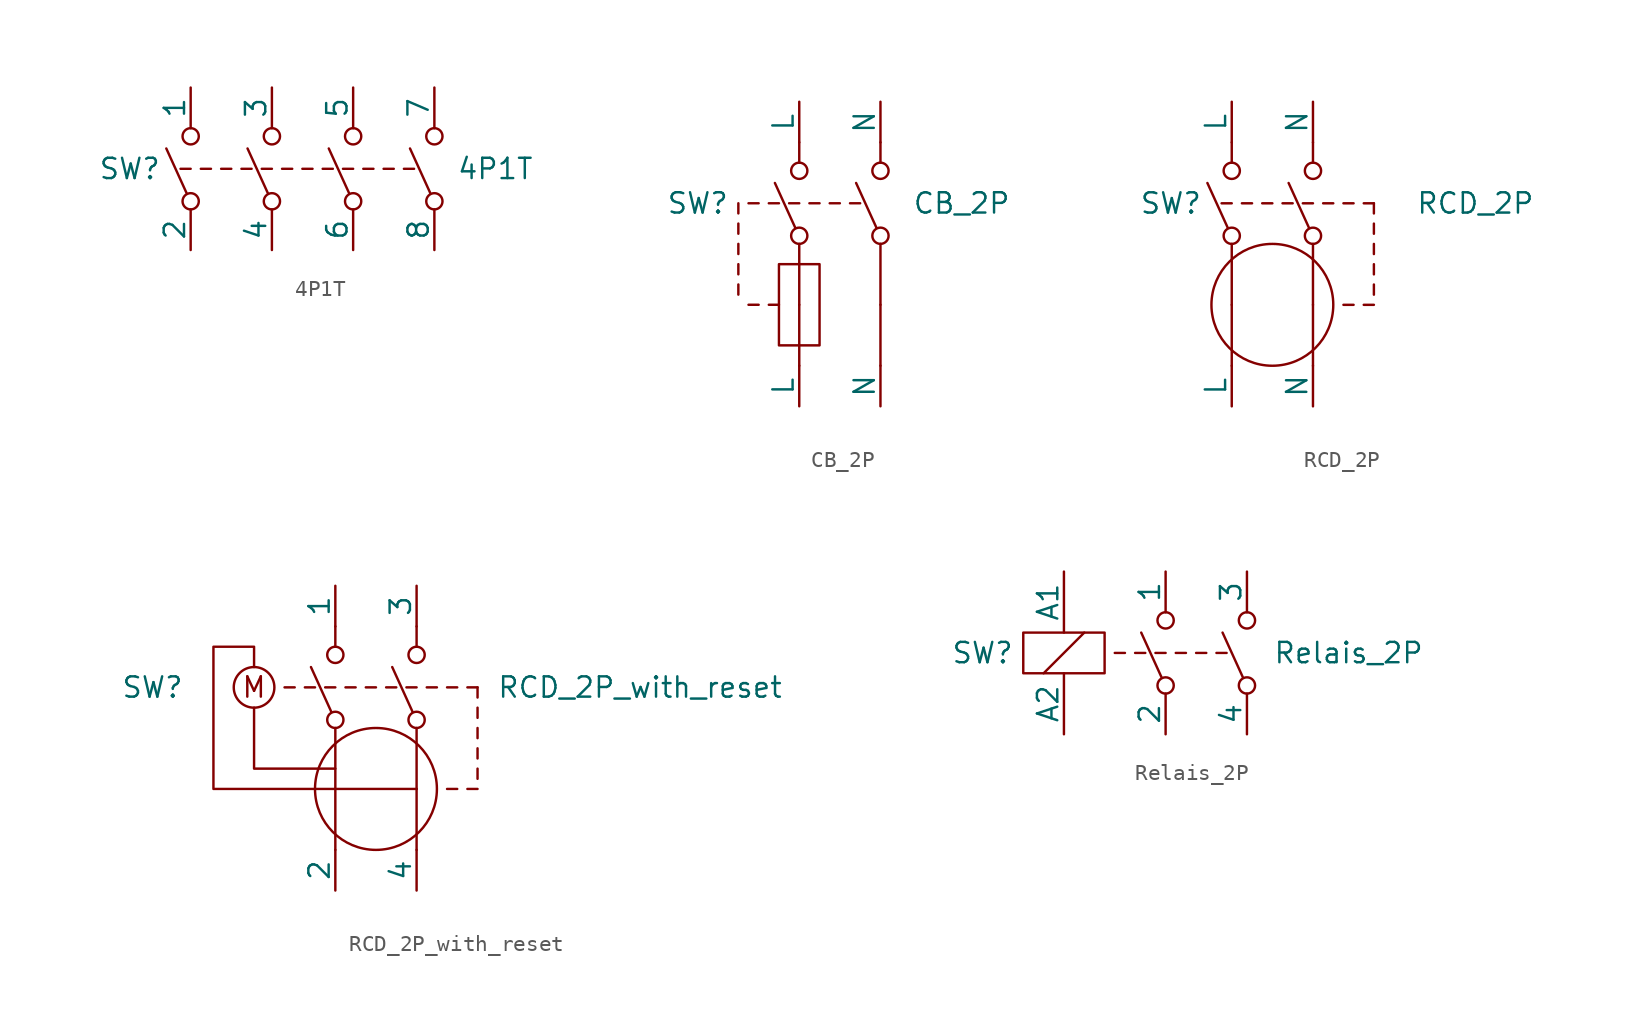
<source format=kicad_sym>
(kicad_symbol_lib
  (version 20211014)
  (generator kicad_symbol_editor)
  (symbol "4P1T"
    (pin_numbers hide)
    (pin_names
      (offset 0))
    (property "Reference" "SW"
      (at -11.43 0 0)
      (effects (font (size 1.27 1.27))))
    (property "Value" "4P1T"
      (at 11.43 0 0)
      (effects (font (size 1.27 1.27))))
    (symbol "4P1T_0_0"
      (circle (center -2.54 -2.032) (radius 0.508) (stroke (width 0) (type default) (color 0 0 0 0)) (fill (type none)))
      (circle (center -2.54 2.032) (radius 0.508) (stroke (width 0) (type default) (color 0 0 0 0)) (fill (type none)))
      (polyline (pts (xy -2.794 -1.524) (xy -4.064 1.27)) (stroke (width 0) (type default) (color 0 0 0 0)) (fill (type none)))
      (polyline (pts (xy -2.54 0) (xy -3.175 0)) (stroke (width 0) (type default) (color 0 0 0 0)) (fill (type none)))
      (polyline (pts (xy -1.27 0) (xy -1.905 0)) (stroke (width 0) (type default) (color 0 0 0 0)) (fill (type none)))
      (polyline (pts (xy 0 0) (xy -0.635 0)) (stroke (width 0) (type default) (color 0 0 0 0)) (fill (type none)))
      (polyline (pts (xy 1.27 0) (xy 0.635 0)) (stroke (width 0) (type default) (color 0 0 0 0)) (fill (type none)))
      (polyline (pts (xy 2.286 -1.524) (xy 1.016 1.27)) (stroke (width 0) (type default) (color 0 0 0 0)) (fill (type none)))
      (circle (center 2.54 -2.032) (radius 0.508) (stroke (width 0) (type default) (color 0 0 0 0)) (fill (type none)))
      (circle (center 2.54 2.032) (radius 0.508) (stroke (width 0) (type default) (color 0 0 0 0)) (fill (type none))))
    (symbol "4P1T_1_1"
      (circle (center -7.62 -2.032) (radius 0.508) (stroke (width 0) (type default) (color 0 0 0 0)) (fill (type none)))
      (circle (center -7.62 2.032) (radius 0.508) (stroke (width 0) (type default) (color 0 0 0 0)) (fill (type none)))
      (polyline (pts (xy -7.874 -1.524) (xy -9.144 1.27)) (stroke (width 0) (type default) (color 0 0 0 0)) (fill (type none)))
      (polyline (pts (xy -7.62 0) (xy -8.255 0)) (stroke (width 0) (type default) (color 0 0 0 0)) (fill (type none)))
      (polyline (pts (xy -6.35 0) (xy -6.985 0)) (stroke (width 0) (type default) (color 0 0 0 0)) (fill (type none)))
      (polyline (pts (xy -5.08 0) (xy -5.715 0)) (stroke (width 0) (type default) (color 0 0 0 0)) (fill (type none)))
      (polyline (pts (xy -3.81 0) (xy -4.445 0)) (stroke (width 0) (type default) (color 0 0 0 0)) (fill (type none)))
      (polyline (pts (xy 2.54 0) (xy 1.905 0)) (stroke (width 0) (type default) (color 0 0 0 0)) (fill (type none)))
      (polyline (pts (xy 3.81 0) (xy 3.175 0)) (stroke (width 0) (type default) (color 0 0 0 0)) (fill (type none)))
      (polyline (pts (xy 5.08 0) (xy 4.445 0)) (stroke (width 0) (type default) (color 0 0 0 0)) (fill (type none)))
      (polyline (pts (xy 6.35 0) (xy 5.715 0)) (stroke (width 0) (type default) (color 0 0 0 0)) (fill (type none)))
      (polyline (pts (xy 7.366 -1.524) (xy 6.096 1.27)) (stroke (width 0) (type default) (color 0 0 0 0)) (fill (type none)))
      (circle (center 7.62 -2.032) (radius 0.508) (stroke (width 0) (type default) (color 0 0 0 0)) (fill (type none)))
      (circle (center 7.62 2.032) (radius 0.508) (stroke (width 0) (type default) (color 0 0 0 0)) (fill (type none)))
      (pin passive line (at -7.62 5.08 270) (length 2.54) (name "1" (effects (font (size 1.27 1.27)))) (number "1" (effects (font (size 1.27 1.27)))))
      (pin passive line (at -7.62 -5.08 90) (length 2.54) (name "2" (effects (font (size 1.27 1.27)))) (number "2" (effects (font (size 1.27 1.27)))))
      (pin passive line (at -2.54 5.08 270) (length 2.54) (name "3" (effects (font (size 1.27 1.27)))) (number "3" (effects (font (size 1.27 1.27)))))
      (pin passive line (at -2.54 -5.08 90) (length 2.54) (name "4" (effects (font (size 1.27 1.27)))) (number "4" (effects (font (size 1.27 1.27)))))
      (pin passive line (at 2.54 5.08 270) (length 2.54) (name "5" (effects (font (size 1.27 1.27)))) (number "5" (effects (font (size 1.27 1.27)))))
      (pin passive line (at 2.54 -5.08 90) (length 2.54) (name "6" (effects (font (size 1.27 1.27)))) (number "6" (effects (font (size 1.27 1.27)))))
      (pin passive line (at 7.62 5.08 270) (length 2.54) (name "7" (effects (font (size 1.27 1.27)))) (number "7" (effects (font (size 1.27 1.27)))))
      (pin passive line (at 7.62 -5.08 90) (length 2.54) (name "8" (effects (font (size 1.27 1.27)))) (number "8" (effects (font (size 1.27 1.27)))))))
  (symbol "CB_2P"
    (pin_numbers hide)
    (pin_names
      (offset 0))
    (property "Reference" "SW"
      (at -8.89 0 0)
      (effects (font (size 1.27 1.27))))
    (property "Value" "CB_2P"
      (at 7.62 0 0)
      (effects (font (size 1.27 1.27))))
    (symbol "CB_2P_0_1"
      (rectangle (start -3.81 -3.81) (end -1.27 -8.89) (stroke (width 0) (type default) (color 0 0 0 0)) (fill (type none))))
    (symbol "CB_2P_1_1"
      (circle (center -2.54 -2.032) (radius 0.508) (stroke (width 0) (type default) (color 0 0 0 0)) (fill (type none)))
      (circle (center -2.54 2.032) (radius 0.508) (stroke (width 0) (type default) (color 0 0 0 0)) (fill (type none)))
      (polyline (pts (xy -6.35 -5.08) (xy -6.35 -5.715)) (stroke (width 0) (type default) (color 0 0 0 0)) (fill (type none)))
      (polyline (pts (xy -6.35 -3.81) (xy -6.35 -4.445)) (stroke (width 0) (type default) (color 0 0 0 0)) (fill (type none)))
      (polyline (pts (xy -6.35 -2.54) (xy -6.35 -3.175)) (stroke (width 0) (type default) (color 0 0 0 0)) (fill (type none)))
      (polyline (pts (xy -6.35 -1.27) (xy -6.35 -1.905)) (stroke (width 0) (type default) (color 0 0 0 0)) (fill (type none)))
      (polyline (pts (xy -6.35 0) (xy -6.35 -0.635)) (stroke (width 0) (type default) (color 0 0 0 0)) (fill (type none)))
      (polyline (pts (xy -5.08 -6.35) (xy -5.715 -6.35)) (stroke (width 0) (type default) (color 0 0 0 0)) (fill (type none)))
      (polyline (pts (xy -5.08 0) (xy -5.715 0)) (stroke (width 0) (type default) (color 0 0 0 0)) (fill (type none)))
      (polyline (pts (xy -3.81 -6.35) (xy -4.445 -6.35)) (stroke (width 0) (type default) (color 0 0 0 0)) (fill (type none)))
      (polyline (pts (xy -3.81 0) (xy -4.445 0)) (stroke (width 0) (type default) (color 0 0 0 0)) (fill (type none)))
      (polyline (pts (xy -2.794 -1.524) (xy -4.064 1.27)) (stroke (width 0) (type default) (color 0 0 0 0)) (fill (type none)))
      (polyline (pts (xy -2.54 -10.16) (xy -2.54 -6.35)) (stroke (width 0) (type default) (color 0 0 0 0)) (fill (type none)))
      (polyline (pts (xy -2.54 -6.35) (xy -2.54 -2.54)) (stroke (width 0) (type default) (color 0 0 0 0)) (fill (type none)))
      (polyline (pts (xy -2.54 0) (xy -3.175 0)) (stroke (width 0) (type default) (color 0 0 0 0)) (fill (type none)))
      (polyline (pts (xy -2.54 2.54) (xy -2.54 3.81)) (stroke (width 0) (type default) (color 0 0 0 0)) (fill (type none)))
      (polyline (pts (xy -1.27 0) (xy -1.905 0)) (stroke (width 0) (type default) (color 0 0 0 0)) (fill (type none)))
      (polyline (pts (xy 0 0) (xy -0.635 0)) (stroke (width 0) (type default) (color 0 0 0 0)) (fill (type none)))
      (polyline (pts (xy 1.27 0) (xy 0.635 0)) (stroke (width 0) (type default) (color 0 0 0 0)) (fill (type none)))
      (polyline (pts (xy 2.286 -1.524) (xy 1.016 1.27)) (stroke (width 0) (type default) (color 0 0 0 0)) (fill (type none)))
      (polyline (pts (xy 2.54 -10.16) (xy 2.54 -6.35)) (stroke (width 0) (type default) (color 0 0 0 0)) (fill (type none)))
      (polyline (pts (xy 2.54 -6.35) (xy 2.54 -2.54)) (stroke (width 0) (type default) (color 0 0 0 0)) (fill (type none)))
      (polyline (pts (xy 2.54 2.54) (xy 2.54 3.81)) (stroke (width 0) (type default) (color 0 0 0 0)) (fill (type none)))
      (circle (center 2.54 -2.032) (radius 0.508) (stroke (width 0) (type default) (color 0 0 0 0)) (fill (type none)))
      (circle (center 2.54 2.032) (radius 0.508) (stroke (width 0) (type default) (color 0 0 0 0)) (fill (type none)))
      (pin power_in line (at -2.54 -12.7 90) (length 2.54) (name "L" (effects (font (size 1.27 1.27)))) (number "1" (effects (font (size 1.27 1.27)))))
      (pin power_out line (at -2.54 6.35 270) (length 2.54) (name "L" (effects (font (size 1.27 1.27)))) (number "2" (effects (font (size 1.27 1.27)))))
      (pin power_in line (at 2.54 -12.7 90) (length 2.54) (name "N" (effects (font (size 1.27 1.27)))) (number "3" (effects (font (size 1.27 1.27)))))
      (pin power_out line (at 2.54 6.35 270) (length 2.54) (name "N" (effects (font (size 1.27 1.27)))) (number "4" (effects (font (size 1.27 1.27)))))))
  (symbol "RCD_2P"
    (pin_numbers hide)
    (pin_names
      (offset 0))
    (property "Reference" "SW"
      (at -6.35 0 0)
      (effects (font (size 1.27 1.27))))
    (property "Value" "RCD_2P"
      (at 12.7 0 0)
      (effects (font (size 1.27 1.27))))
    (symbol "RCD_2P_0_1"
      (circle (center 0 -6.35) (radius 3.81) (stroke (width 0) (type default) (color 0 0 0 0)) (fill (type none)))
      (polyline (pts (xy -2.54 -10.16) (xy -2.54 -6.35)) (stroke (width 0) (type default) (color 0 0 0 0)) (fill (type none)))
      (polyline (pts (xy -2.54 -6.35) (xy -2.54 -2.54)) (stroke (width 0) (type default) (color 0 0 0 0)) (fill (type none)))
      (polyline (pts (xy -2.54 2.54) (xy -2.54 3.81)) (stroke (width 0) (type default) (color 0 0 0 0)) (fill (type none)))
      (polyline (pts (xy 2.54 -10.16) (xy 2.54 -6.35)) (stroke (width 0) (type default) (color 0 0 0 0)) (fill (type none)))
      (polyline (pts (xy 2.54 -6.35) (xy 2.54 -2.54)) (stroke (width 0) (type default) (color 0 0 0 0)) (fill (type none)))
      (polyline (pts (xy 2.54 2.54) (xy 2.54 3.81)) (stroke (width 0) (type default) (color 0 0 0 0)) (fill (type none))))
    (symbol "RCD_2P_1_1"
      (circle (center -2.54 -2.032) (radius 0.508) (stroke (width 0) (type default) (color 0 0 0 0)) (fill (type none)))
      (circle (center -2.54 2.032) (radius 0.508) (stroke (width 0) (type default) (color 0 0 0 0)) (fill (type none)))
      (polyline (pts (xy -2.794 -1.524) (xy -4.064 1.27)) (stroke (width 0) (type default) (color 0 0 0 0)) (fill (type none)))
      (polyline (pts (xy -2.54 0) (xy -3.175 0)) (stroke (width 0) (type default) (color 0 0 0 0)) (fill (type none)))
      (polyline (pts (xy -1.27 0) (xy -1.905 0)) (stroke (width 0) (type default) (color 0 0 0 0)) (fill (type none)))
      (polyline (pts (xy 0 0) (xy -0.635 0)) (stroke (width 0) (type default) (color 0 0 0 0)) (fill (type none)))
      (polyline (pts (xy 1.27 0) (xy 0.635 0)) (stroke (width 0) (type default) (color 0 0 0 0)) (fill (type none)))
      (polyline (pts (xy 2.286 -1.524) (xy 1.016 1.27)) (stroke (width 0) (type default) (color 0 0 0 0)) (fill (type none)))
      (polyline (pts (xy 2.54 0) (xy 1.905 0)) (stroke (width 0) (type default) (color 0 0 0 0)) (fill (type none)))
      (polyline (pts (xy 3.81 0) (xy 3.175 0)) (stroke (width 0) (type default) (color 0 0 0 0)) (fill (type none)))
      (polyline (pts (xy 5.08 -6.35) (xy 4.445 -6.35)) (stroke (width 0) (type default) (color 0 0 0 0)) (fill (type none)))
      (polyline (pts (xy 5.08 0) (xy 4.445 0)) (stroke (width 0) (type default) (color 0 0 0 0)) (fill (type none)))
      (polyline (pts (xy 6.35 -6.35) (xy 5.715 -6.35)) (stroke (width 0) (type default) (color 0 0 0 0)) (fill (type none)))
      (polyline (pts (xy 6.35 -5.08) (xy 6.35 -5.715)) (stroke (width 0) (type default) (color 0 0 0 0)) (fill (type none)))
      (polyline (pts (xy 6.35 -3.81) (xy 6.35 -4.445)) (stroke (width 0) (type default) (color 0 0 0 0)) (fill (type none)))
      (polyline (pts (xy 6.35 -2.54) (xy 6.35 -3.175)) (stroke (width 0) (type default) (color 0 0 0 0)) (fill (type none)))
      (polyline (pts (xy 6.35 -1.27) (xy 6.35 -1.905)) (stroke (width 0) (type default) (color 0 0 0 0)) (fill (type none)))
      (polyline (pts (xy 6.35 0) (xy 5.715 0)) (stroke (width 0) (type default) (color 0 0 0 0)) (fill (type none)))
      (polyline (pts (xy 6.35 0) (xy 6.35 -0.635)) (stroke (width 0) (type default) (color 0 0 0 0)) (fill (type none)))
      (circle (center 2.54 -2.032) (radius 0.508) (stroke (width 0) (type default) (color 0 0 0 0)) (fill (type none)))
      (circle (center 2.54 2.032) (radius 0.508) (stroke (width 0) (type default) (color 0 0 0 0)) (fill (type none)))
      (pin power_in line (at -2.54 -12.7 90) (length 2.54) (name "L" (effects (font (size 1.27 1.27)))) (number "1" (effects (font (size 1.27 1.27)))))
      (pin power_out line (at -2.54 6.35 270) (length 2.54) (name "L" (effects (font (size 1.27 1.27)))) (number "2" (effects (font (size 1.27 1.27)))))
      (pin power_in line (at 2.54 -12.7 90) (length 2.54) (name "N" (effects (font (size 1.27 1.27)))) (number "3" (effects (font (size 1.27 1.27)))))
      (pin power_out line (at 2.54 6.35 270) (length 2.54) (name "N" (effects (font (size 1.27 1.27)))) (number "4" (effects (font (size 1.27 1.27)))))))
  (symbol "RCD_2P_with_reset"
    (pin_numbers hide)
    (pin_names
      (offset 0))
    (property "Reference" "SW"
      (at -13.97 0 0)
      (effects (font (size 1.27 1.27))))
    (property "Value" "RCD_2P_with_reset"
      (at 16.51 0 0)
      (effects (font (size 1.27 1.27))))
    (symbol "RCD_2P_with_reset_0_0"
      (polyline (pts (xy -7.62 -1.27) (xy -7.62 -5.08) (xy -2.54 -5.08)) (stroke (width 0) (type default) (color 0 0 0 0)) (fill (type none)))
      (polyline (pts (xy -7.62 1.27) (xy -7.62 2.54) (xy -10.16 2.54) (xy -10.16 -6.35) (xy 2.54 -6.35)) (stroke (width 0) (type default) (color 0 0 0 0)) (fill (type none)))
      (text "M" (at -7.62 0 0) (effects (font (size 1.27 1.27)))))
    (symbol "RCD_2P_with_reset_0_1"
      (circle (center -7.62 0) (radius 1.27) (stroke (width 0) (type default) (color 0 0 0 0)) (fill (type none)))
      (circle (center 0 -6.35) (radius 3.81) (stroke (width 0) (type default) (color 0 0 0 0)) (fill (type none)))
      (polyline (pts (xy -2.54 -10.16) (xy -2.54 -6.35)) (stroke (width 0) (type default) (color 0 0 0 0)) (fill (type none)))
      (polyline (pts (xy -2.54 -6.35) (xy -2.54 -2.54)) (stroke (width 0) (type default) (color 0 0 0 0)) (fill (type none)))
      (polyline (pts (xy -2.54 2.54) (xy -2.54 3.81)) (stroke (width 0) (type default) (color 0 0 0 0)) (fill (type none)))
      (polyline (pts (xy 2.54 -10.16) (xy 2.54 -6.35)) (stroke (width 0) (type default) (color 0 0 0 0)) (fill (type none)))
      (polyline (pts (xy 2.54 -6.35) (xy 2.54 -2.54)) (stroke (width 0) (type default) (color 0 0 0 0)) (fill (type none)))
      (polyline (pts (xy 2.54 2.54) (xy 2.54 3.81)) (stroke (width 0) (type default) (color 0 0 0 0)) (fill (type none))))
    (symbol "RCD_2P_with_reset_1_1"
      (circle (center -2.54 -2.032) (radius 0.508) (stroke (width 0) (type default) (color 0 0 0 0)) (fill (type none)))
      (circle (center -2.54 2.032) (radius 0.508) (stroke (width 0) (type default) (color 0 0 0 0)) (fill (type none)))
      (polyline (pts (xy -5.08 0) (xy -5.715 0)) (stroke (width 0) (type default) (color 0 0 0 0)) (fill (type none)))
      (polyline (pts (xy -3.81 0) (xy -4.445 0)) (stroke (width 0) (type default) (color 0 0 0 0)) (fill (type none)))
      (polyline (pts (xy -2.794 -1.524) (xy -4.064 1.27)) (stroke (width 0) (type default) (color 0 0 0 0)) (fill (type none)))
      (polyline (pts (xy -2.54 0) (xy -3.175 0)) (stroke (width 0) (type default) (color 0 0 0 0)) (fill (type none)))
      (polyline (pts (xy -1.27 0) (xy -1.905 0)) (stroke (width 0) (type default) (color 0 0 0 0)) (fill (type none)))
      (polyline (pts (xy 0 0) (xy -0.635 0)) (stroke (width 0) (type default) (color 0 0 0 0)) (fill (type none)))
      (polyline (pts (xy 1.27 0) (xy 0.635 0)) (stroke (width 0) (type default) (color 0 0 0 0)) (fill (type none)))
      (polyline (pts (xy 2.286 -1.524) (xy 1.016 1.27)) (stroke (width 0) (type default) (color 0 0 0 0)) (fill (type none)))
      (polyline (pts (xy 2.54 0) (xy 1.905 0)) (stroke (width 0) (type default) (color 0 0 0 0)) (fill (type none)))
      (polyline (pts (xy 3.81 0) (xy 3.175 0)) (stroke (width 0) (type default) (color 0 0 0 0)) (fill (type none)))
      (polyline (pts (xy 5.08 -6.35) (xy 4.445 -6.35)) (stroke (width 0) (type default) (color 0 0 0 0)) (fill (type none)))
      (polyline (pts (xy 5.08 0) (xy 4.445 0)) (stroke (width 0) (type default) (color 0 0 0 0)) (fill (type none)))
      (polyline (pts (xy 6.35 -6.35) (xy 5.715 -6.35)) (stroke (width 0) (type default) (color 0 0 0 0)) (fill (type none)))
      (polyline (pts (xy 6.35 -5.08) (xy 6.35 -5.715)) (stroke (width 0) (type default) (color 0 0 0 0)) (fill (type none)))
      (polyline (pts (xy 6.35 -3.81) (xy 6.35 -4.445)) (stroke (width 0) (type default) (color 0 0 0 0)) (fill (type none)))
      (polyline (pts (xy 6.35 -2.54) (xy 6.35 -3.175)) (stroke (width 0) (type default) (color 0 0 0 0)) (fill (type none)))
      (polyline (pts (xy 6.35 -1.27) (xy 6.35 -1.905)) (stroke (width 0) (type default) (color 0 0 0 0)) (fill (type none)))
      (polyline (pts (xy 6.35 0) (xy 5.715 0)) (stroke (width 0) (type default) (color 0 0 0 0)) (fill (type none)))
      (polyline (pts (xy 6.35 0) (xy 6.35 -0.635)) (stroke (width 0) (type default) (color 0 0 0 0)) (fill (type none)))
      (circle (center 2.54 -2.032) (radius 0.508) (stroke (width 0) (type default) (color 0 0 0 0)) (fill (type none)))
      (circle (center 2.54 2.032) (radius 0.508) (stroke (width 0) (type default) (color 0 0 0 0)) (fill (type none)))
      (pin power_out line (at -2.54 6.35 270) (length 2.54) (name "1" (effects (font (size 1.27 1.27)))) (number "1" (effects (font (size 1.27 1.27)))))
      (pin power_in line (at -2.54 -12.7 90) (length 2.54) (name "2" (effects (font (size 1.27 1.27)))) (number "2" (effects (font (size 1.27 1.27)))))
      (pin power_out line (at 2.54 6.35 270) (length 2.54) (name "3" (effects (font (size 1.27 1.27)))) (number "3" (effects (font (size 1.27 1.27)))))
      (pin power_in line (at 2.54 -12.7 90) (length 2.54) (name "4" (effects (font (size 1.27 1.27)))) (number "4" (effects (font (size 1.27 1.27)))))))
  (symbol "Relais_2P"
    (pin_numbers hide)
    (pin_names
      (offset 0))
    (property "Reference" "SW"
      (at -13.97 0 0)
      (effects (font (size 1.27 1.27))))
    (property "Value" "Relais_2P"
      (at 8.89 0 0)
      (effects (font (size 1.27 1.27))))
    (symbol "Relais_2P_0_1"
      (rectangle (start -11.43 -1.27) (end -6.35 1.27) (stroke (width 0) (type default) (color 0 0 0 0)) (fill (type none)))
      (polyline (pts (xy -10.16 -1.27) (xy -7.62 1.27)) (stroke (width 0) (type default) (color 0 0 0 0)) (fill (type none))))
    (symbol "Relais_2P_1_1"
      (circle (center -2.54 -2.032) (radius 0.508) (stroke (width 0) (type default) (color 0 0 0 0)) (fill (type none)))
      (circle (center -2.54 2.032) (radius 0.508) (stroke (width 0) (type default) (color 0 0 0 0)) (fill (type none)))
      (polyline (pts (xy -5.08 0) (xy -5.715 0)) (stroke (width 0) (type default) (color 0 0 0 0)) (fill (type none)))
      (polyline (pts (xy -3.81 0) (xy -4.445 0)) (stroke (width 0) (type default) (color 0 0 0 0)) (fill (type none)))
      (polyline (pts (xy -2.794 -1.524) (xy -4.064 1.27)) (stroke (width 0) (type default) (color 0 0 0 0)) (fill (type none)))
      (polyline (pts (xy -2.54 0) (xy -3.175 0)) (stroke (width 0) (type default) (color 0 0 0 0)) (fill (type none)))
      (polyline (pts (xy -1.27 0) (xy -1.905 0)) (stroke (width 0) (type default) (color 0 0 0 0)) (fill (type none)))
      (polyline (pts (xy 0 0) (xy -0.635 0)) (stroke (width 0) (type default) (color 0 0 0 0)) (fill (type none)))
      (polyline (pts (xy 1.27 0) (xy 0.635 0)) (stroke (width 0) (type default) (color 0 0 0 0)) (fill (type none)))
      (polyline (pts (xy 2.286 -1.524) (xy 1.016 1.27)) (stroke (width 0) (type default) (color 0 0 0 0)) (fill (type none)))
      (circle (center 2.54 -2.032) (radius 0.508) (stroke (width 0) (type default) (color 0 0 0 0)) (fill (type none)))
      (circle (center 2.54 2.032) (radius 0.508) (stroke (width 0) (type default) (color 0 0 0 0)) (fill (type none)))
      (pin power_out line (at -2.54 5.08 270) (length 2.54) (name "1" (effects (font (size 1.27 1.27)))) (number "1" (effects (font (size 1.27 1.27)))))
      (pin power_in line (at -2.54 -5.08 90) (length 2.54) (name "2" (effects (font (size 1.27 1.27)))) (number "2" (effects (font (size 1.27 1.27)))))
      (pin power_out line (at 2.54 5.08 270) (length 2.54) (name "3" (effects (font (size 1.27 1.27)))) (number "3" (effects (font (size 1.27 1.27)))))
      (pin power_in line (at 2.54 -5.08 90) (length 2.54) (name "4" (effects (font (size 1.27 1.27)))) (number "4" (effects (font (size 1.27 1.27)))))
      (pin passive line (at -8.89 5.08 270) (length 3.81) (name "A1" (effects (font (size 1.27 1.27)))) (number "5" (effects (font (size 1.27 1.27)))))
      (pin passive line (at -8.89 -5.08 90) (length 3.81) (name "A2" (effects (font (size 1.27 1.27)))) (number "6" (effects (font (size 1.27 1.27))))))))
</source>
